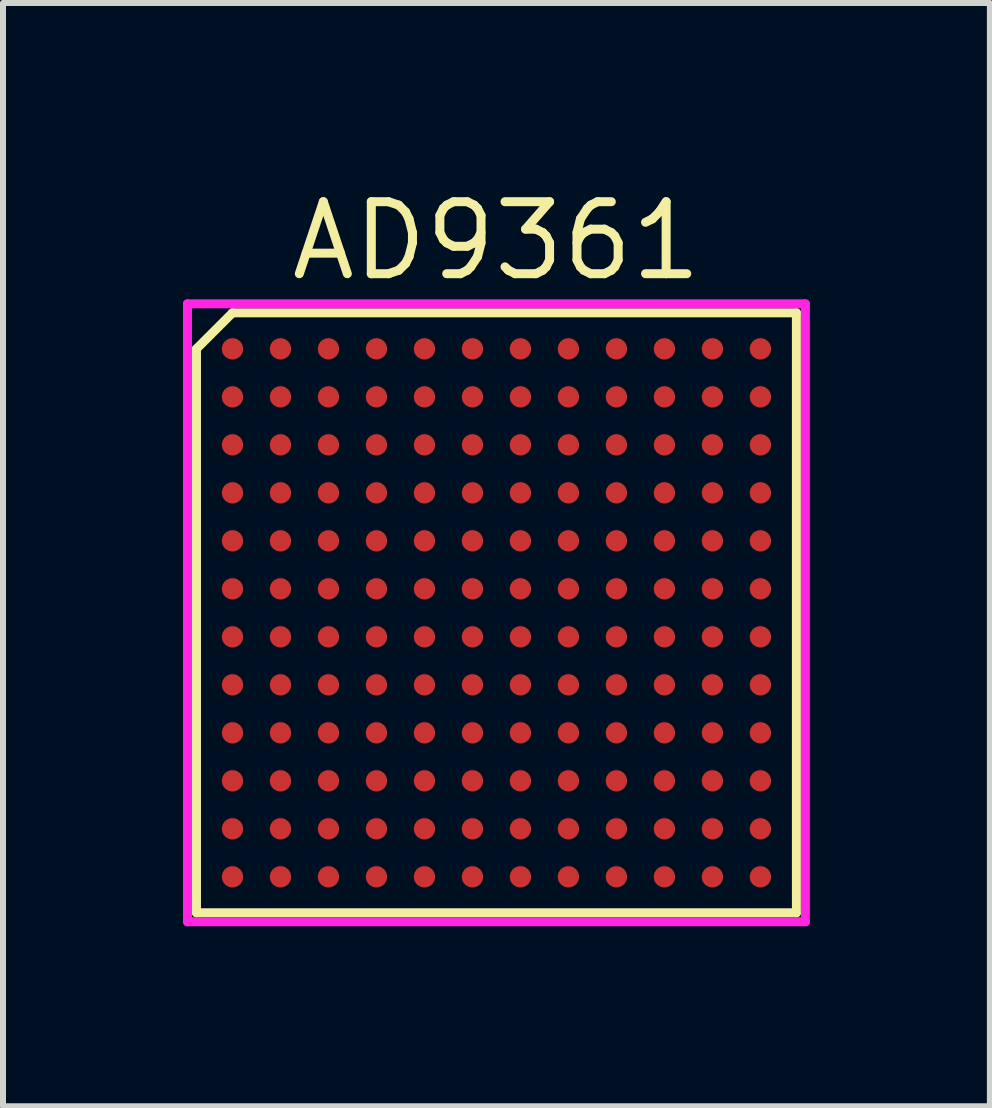
<source format=kicad_pcb>
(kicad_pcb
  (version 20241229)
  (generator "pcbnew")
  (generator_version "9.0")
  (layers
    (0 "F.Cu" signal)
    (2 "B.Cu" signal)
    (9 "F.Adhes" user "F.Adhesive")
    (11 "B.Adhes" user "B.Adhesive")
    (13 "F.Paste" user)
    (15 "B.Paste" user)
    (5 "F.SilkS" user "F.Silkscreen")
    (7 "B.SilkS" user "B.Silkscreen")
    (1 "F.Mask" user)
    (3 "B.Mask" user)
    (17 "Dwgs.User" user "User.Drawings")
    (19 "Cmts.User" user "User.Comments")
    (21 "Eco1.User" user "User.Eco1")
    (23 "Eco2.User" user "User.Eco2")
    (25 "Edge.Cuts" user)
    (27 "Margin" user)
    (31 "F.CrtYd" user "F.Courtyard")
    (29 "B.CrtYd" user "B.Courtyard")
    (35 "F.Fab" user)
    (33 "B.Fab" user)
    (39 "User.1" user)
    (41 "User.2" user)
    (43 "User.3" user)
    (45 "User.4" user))
  (footprint "AD9361"
    (layer "F.Cu")
    (at 5.225 7.165)
    (property "Reference" "AD9361" (at 0 -6.2 0) (layer "F.SilkS") (effects (font (size 1.2 1.2) (thickness 0.15))))
    (attr through_hole)
    (fp_line (start -5 -4.4) (end -5 5) (stroke (width 0.15) (type solid)) (layer "F.SilkS"))
    (fp_line (start -5 5) (end 5 5) (stroke (width 0.15) (type solid)) (layer "F.SilkS"))
    (fp_line (start -4.4 -5) (end -5 -4.4) (stroke (width 0.15) (type solid)) (layer "F.SilkS"))
    (fp_line (start 5 -5) (end -4.4 -5) (stroke (width 0.15) (type solid)) (layer "F.SilkS"))
    (fp_line (start 5 5) (end 5 -5) (stroke (width 0.15) (type solid)) (layer "F.SilkS"))
    (fp_line (start -5.15 -5.15) (end 5.15 -5.15) (stroke (width 0.15) (type solid)) (layer "F.CrtYd"))
    (fp_line (start -5.15 5.15) (end -5.15 -5.15) (stroke (width 0.15) (type solid)) (layer "F.CrtYd"))
    (fp_line (start 5.15 -5.15) (end 5.15 5.15) (stroke (width 0.15) (type solid)) (layer "F.CrtYd"))
    (fp_line (start 5.15 5.15) (end -5.15 5.15) (stroke (width 0.15) (type solid)) (layer "F.CrtYd"))
    (pad "A1" smd circle (at -4.4 -4.4) (size 0.356 0.356) (layers "F.Cu" "F.Mask" "F.Paste"))
    (pad "A2" smd circle (at -3.6 -4.4) (size 0.356 0.356) (layers "F.Cu" "F.Mask" "F.Paste"))
    (pad "A3" smd circle (at -2.8 -4.4) (size 0.356 0.356) (layers "F.Cu" "F.Mask" "F.Paste"))
    (pad "A4" smd circle (at -2 -4.4) (size 0.356 0.356) (layers "F.Cu" "F.Mask" "F.Paste"))
    (pad "A5" smd circle (at -1.2 -4.4) (size 0.356 0.356) (layers "F.Cu" "F.Mask" "F.Paste"))
    (pad "A6" smd circle (at -0.4 -4.4) (size 0.356 0.356) (layers "F.Cu" "F.Mask" "F.Paste"))
    (pad "A7" smd circle (at 0.4 -4.4) (size 0.356 0.356) (layers "F.Cu" "F.Mask" "F.Paste"))
    (pad "A8" smd circle (at 1.2 -4.4) (size 0.356 0.356) (layers "F.Cu" "F.Mask" "F.Paste"))
    (pad "A9" smd circle (at 2 -4.4) (size 0.356 0.356) (layers "F.Cu" "F.Mask" "F.Paste"))
    (pad "A10" smd circle (at 2.8 -4.4) (size 0.356 0.356) (layers "F.Cu" "F.Mask" "F.Paste"))
    (pad "A11" smd circle (at 3.6 -4.4) (size 0.356 0.356) (layers "F.Cu" "F.Mask" "F.Paste"))
    (pad "A12" smd circle (at 4.4 -4.4) (size 0.356 0.356) (layers "F.Cu" "F.Mask" "F.Paste"))
    (pad "B1" smd circle (at -4.4 -3.6) (size 0.356 0.356) (layers "F.Cu" "F.Mask" "F.Paste"))
    (pad "B2" smd circle (at -3.6 -3.6) (size 0.356 0.356) (layers "F.Cu" "F.Mask" "F.Paste"))
    (pad "B3" smd circle (at -2.8 -3.6) (size 0.356 0.356) (layers "F.Cu" "F.Mask" "F.Paste"))
    (pad "B4" smd circle (at -2 -3.6) (size 0.356 0.356) (layers "F.Cu" "F.Mask" "F.Paste"))
    (pad "B5" smd circle (at -1.2 -3.6) (size 0.356 0.356) (layers "F.Cu" "F.Mask" "F.Paste"))
    (pad "B6" smd circle (at -0.4 -3.6) (size 0.356 0.356) (layers "F.Cu" "F.Mask" "F.Paste"))
    (pad "B7" smd circle (at 0.4 -3.6) (size 0.356 0.356) (layers "F.Cu" "F.Mask" "F.Paste"))
    (pad "B8" smd circle (at 1.2 -3.6) (size 0.356 0.356) (layers "F.Cu" "F.Mask" "F.Paste"))
    (pad "B9" smd circle (at 2 -3.6) (size 0.356 0.356) (layers "F.Cu" "F.Mask" "F.Paste"))
    (pad "B10" smd circle (at 2.8 -3.6) (size 0.356 0.356) (layers "F.Cu" "F.Mask" "F.Paste"))
    (pad "B11" smd circle (at 3.6 -3.6) (size 0.356 0.356) (layers "F.Cu" "F.Mask" "F.Paste"))
    (pad "B12" smd circle (at 4.4 -3.6) (size 0.356 0.356) (layers "F.Cu" "F.Mask" "F.Paste"))
    (pad "C1" smd circle (at -4.4 -2.8) (size 0.356 0.356) (layers "F.Cu" "F.Mask" "F.Paste"))
    (pad "C2" smd circle (at -3.6 -2.8) (size 0.356 0.356) (layers "F.Cu" "F.Mask" "F.Paste"))
    (pad "C3" smd circle (at -2.8 -2.8) (size 0.356 0.356) (layers "F.Cu" "F.Mask" "F.Paste"))
    (pad "C4" smd circle (at -2 -2.8) (size 0.356 0.356) (layers "F.Cu" "F.Mask" "F.Paste"))
    (pad "C5" smd circle (at -1.2 -2.8) (size 0.356 0.356) (layers "F.Cu" "F.Mask" "F.Paste"))
    (pad "C6" smd circle (at -0.4 -2.8) (size 0.356 0.356) (layers "F.Cu" "F.Mask" "F.Paste"))
    (pad "C7" smd circle (at 0.4 -2.8) (size 0.356 0.356) (layers "F.Cu" "F.Mask" "F.Paste"))
    (pad "C8" smd circle (at 1.2 -2.8) (size 0.356 0.356) (layers "F.Cu" "F.Mask" "F.Paste"))
    (pad "C9" smd circle (at 2 -2.8) (size 0.356 0.356) (layers "F.Cu" "F.Mask" "F.Paste"))
    (pad "C10" smd circle (at 2.8 -2.8) (size 0.356 0.356) (layers "F.Cu" "F.Mask" "F.Paste"))
    (pad "C11" smd circle (at 3.6 -2.8) (size 0.356 0.356) (layers "F.Cu" "F.Mask" "F.Paste"))
    (pad "C12" smd circle (at 4.4 -2.8) (size 0.356 0.356) (layers "F.Cu" "F.Mask" "F.Paste"))
    (pad "D1" smd circle (at -4.4 -2) (size 0.356 0.356) (layers "F.Cu" "F.Mask" "F.Paste"))
    (pad "D2" smd circle (at -3.6 -2) (size 0.356 0.356) (layers "F.Cu" "F.Mask" "F.Paste"))
    (pad "D3" smd circle (at -2.8 -2) (size 0.356 0.356) (layers "F.Cu" "F.Mask" "F.Paste"))
    (pad "D4" smd circle (at -2 -2) (size 0.356 0.356) (layers "F.Cu" "F.Mask" "F.Paste"))
    (pad "D5" smd circle (at -1.2 -2) (size 0.356 0.356) (layers "F.Cu" "F.Mask" "F.Paste"))
    (pad "D6" smd circle (at -0.4 -2) (size 0.356 0.356) (layers "F.Cu" "F.Mask" "F.Paste"))
    (pad "D7" smd circle (at 0.4 -2) (size 0.356 0.356) (layers "F.Cu" "F.Mask" "F.Paste"))
    (pad "D8" smd circle (at 1.2 -2) (size 0.356 0.356) (layers "F.Cu" "F.Mask" "F.Paste"))
    (pad "D9" smd circle (at 2 -2) (size 0.356 0.356) (layers "F.Cu" "F.Mask" "F.Paste"))
    (pad "D10" smd circle (at 2.8 -2) (size 0.356 0.356) (layers "F.Cu" "F.Mask" "F.Paste"))
    (pad "D11" smd circle (at 3.6 -2) (size 0.356 0.356) (layers "F.Cu" "F.Mask" "F.Paste"))
    (pad "D12" smd circle (at 4.4 -2) (size 0.356 0.356) (layers "F.Cu" "F.Mask" "F.Paste"))
    (pad "E1" smd circle (at -4.4 -1.2) (size 0.356 0.356) (layers "F.Cu" "F.Mask" "F.Paste"))
    (pad "E2" smd circle (at -3.6 -1.2) (size 0.356 0.356) (layers "F.Cu" "F.Mask" "F.Paste"))
    (pad "E3" smd circle (at -2.8 -1.2) (size 0.356 0.356) (layers "F.Cu" "F.Mask" "F.Paste"))
    (pad "E4" smd circle (at -2 -1.2) (size 0.356 0.356) (layers "F.Cu" "F.Mask" "F.Paste"))
    (pad "E5" smd circle (at -1.2 -1.2) (size 0.356 0.356) (layers "F.Cu" "F.Mask" "F.Paste"))
    (pad "E6" smd circle (at -0.4 -1.2) (size 0.356 0.356) (layers "F.Cu" "F.Mask" "F.Paste"))
    (pad "E7" smd circle (at 0.4 -1.2) (size 0.356 0.356) (layers "F.Cu" "F.Mask" "F.Paste"))
    (pad "E8" smd circle (at 1.2 -1.2) (size 0.356 0.356) (layers "F.Cu" "F.Mask" "F.Paste"))
    (pad "E9" smd circle (at 2 -1.2) (size 0.356 0.356) (layers "F.Cu" "F.Mask" "F.Paste"))
    (pad "E10" smd circle (at 2.8 -1.2) (size 0.356 0.356) (layers "F.Cu" "F.Mask" "F.Paste"))
    (pad "E11" smd circle (at 3.6 -1.2) (size 0.356 0.356) (layers "F.Cu" "F.Mask" "F.Paste"))
    (pad "E12" smd circle (at 4.4 -1.2) (size 0.356 0.356) (layers "F.Cu" "F.Mask" "F.Paste"))
    (pad "F1" smd circle (at -4.4 -0.4) (size 0.356 0.356) (layers "F.Cu" "F.Mask" "F.Paste"))
    (pad "F2" smd circle (at -3.6 -0.4) (size 0.356 0.356) (layers "F.Cu" "F.Mask" "F.Paste"))
    (pad "F3" smd circle (at -2.8 -0.4) (size 0.356 0.356) (layers "F.Cu" "F.Mask" "F.Paste"))
    (pad "F4" smd circle (at -2 -0.4) (size 0.356 0.356) (layers "F.Cu" "F.Mask" "F.Paste"))
    (pad "F5" smd circle (at -1.2 -0.4) (size 0.356 0.356) (layers "F.Cu" "F.Mask" "F.Paste"))
    (pad "F6" smd circle (at -0.4 -0.4) (size 0.356 0.356) (layers "F.Cu" "F.Mask" "F.Paste"))
    (pad "F7" smd circle (at 0.4 -0.4) (size 0.356 0.356) (layers "F.Cu" "F.Mask" "F.Paste"))
    (pad "F8" smd circle (at 1.2 -0.4) (size 0.356 0.356) (layers "F.Cu" "F.Mask" "F.Paste"))
    (pad "F9" smd circle (at 2 -0.4) (size 0.356 0.356) (layers "F.Cu" "F.Mask" "F.Paste"))
    (pad "F10" smd circle (at 2.8 -0.4) (size 0.356 0.356) (layers "F.Cu" "F.Mask" "F.Paste"))
    (pad "F11" smd circle (at 3.6 -0.4) (size 0.356 0.356) (layers "F.Cu" "F.Mask" "F.Paste"))
    (pad "F12" smd circle (at 4.4 -0.4) (size 0.356 0.356) (layers "F.Cu" "F.Mask" "F.Paste"))
    (pad "G1" smd circle (at -4.4 0.4) (size 0.356 0.356) (layers "F.Cu" "F.Mask" "F.Paste"))
    (pad "G2" smd circle (at -3.6 0.4) (size 0.356 0.356) (layers "F.Cu" "F.Mask" "F.Paste"))
    (pad "G3" smd circle (at -2.8 0.4) (size 0.356 0.356) (layers "F.Cu" "F.Mask" "F.Paste"))
    (pad "G4" smd circle (at -2 0.4) (size 0.356 0.356) (layers "F.Cu" "F.Mask" "F.Paste"))
    (pad "G5" smd circle (at -1.2 0.4) (size 0.356 0.356) (layers "F.Cu" "F.Mask" "F.Paste"))
    (pad "G6" smd circle (at -0.4 0.4) (size 0.356 0.356) (layers "F.Cu" "F.Mask" "F.Paste"))
    (pad "G7" smd circle (at 0.4 0.4) (size 0.356 0.356) (layers "F.Cu" "F.Mask" "F.Paste"))
    (pad "G8" smd circle (at 1.2 0.4) (size 0.356 0.356) (layers "F.Cu" "F.Mask" "F.Paste"))
    (pad "G9" smd circle (at 2 0.4) (size 0.356 0.356) (layers "F.Cu" "F.Mask" "F.Paste"))
    (pad "G10" smd circle (at 2.8 0.4) (size 0.356 0.356) (layers "F.Cu" "F.Mask" "F.Paste"))
    (pad "G11" smd circle (at 3.6 0.4) (size 0.356 0.356) (layers "F.Cu" "F.Mask" "F.Paste"))
    (pad "G12" smd circle (at 4.4 0.4) (size 0.356 0.356) (layers "F.Cu" "F.Mask" "F.Paste"))
    (pad "H1" smd circle (at -4.4 1.2) (size 0.356 0.356) (layers "F.Cu" "F.Mask" "F.Paste"))
    (pad "H2" smd circle (at -3.6 1.2) (size 0.356 0.356) (layers "F.Cu" "F.Mask" "F.Paste"))
    (pad "H3" smd circle (at -2.8 1.2) (size 0.356 0.356) (layers "F.Cu" "F.Mask" "F.Paste"))
    (pad "H4" smd circle (at -2 1.2) (size 0.356 0.356) (layers "F.Cu" "F.Mask" "F.Paste"))
    (pad "H5" smd circle (at -1.2 1.2) (size 0.356 0.356) (layers "F.Cu" "F.Mask" "F.Paste"))
    (pad "H6" smd circle (at -0.4 1.2) (size 0.356 0.356) (layers "F.Cu" "F.Mask" "F.Paste"))
    (pad "H7" smd circle (at 0.4 1.2) (size 0.356 0.356) (layers "F.Cu" "F.Mask" "F.Paste"))
    (pad "H8" smd circle (at 1.2 1.2) (size 0.356 0.356) (layers "F.Cu" "F.Mask" "F.Paste"))
    (pad "H9" smd circle (at 2 1.2) (size 0.356 0.356) (layers "F.Cu" "F.Mask" "F.Paste"))
    (pad "H10" smd circle (at 2.8 1.2) (size 0.356 0.356) (layers "F.Cu" "F.Mask" "F.Paste"))
    (pad "H11" smd circle (at 3.6 1.2) (size 0.356 0.356) (layers "F.Cu" "F.Mask" "F.Paste"))
    (pad "H12" smd circle (at 4.4 1.2) (size 0.356 0.356) (layers "F.Cu" "F.Mask" "F.Paste"))
    (pad "J1" smd circle (at -4.4 2) (size 0.356 0.356) (layers "F.Cu" "F.Mask" "F.Paste"))
    (pad "J2" smd circle (at -3.6 2) (size 0.356 0.356) (layers "F.Cu" "F.Mask" "F.Paste"))
    (pad "J3" smd circle (at -2.8 2) (size 0.356 0.356) (layers "F.Cu" "F.Mask" "F.Paste"))
    (pad "J4" smd circle (at -2 2) (size 0.356 0.356) (layers "F.Cu" "F.Mask" "F.Paste"))
    (pad "J5" smd circle (at -1.2 2) (size 0.356 0.356) (layers "F.Cu" "F.Mask" "F.Paste"))
    (pad "J6" smd circle (at -0.4 2) (size 0.356 0.356) (layers "F.Cu" "F.Mask" "F.Paste"))
    (pad "J7" smd circle (at 0.4 2) (size 0.356 0.356) (layers "F.Cu" "F.Mask" "F.Paste"))
    (pad "J8" smd circle (at 1.2 2) (size 0.356 0.356) (layers "F.Cu" "F.Mask" "F.Paste"))
    (pad "J9" smd circle (at 2 2) (size 0.356 0.356) (layers "F.Cu" "F.Mask" "F.Paste"))
    (pad "J10" smd circle (at 2.8 2) (size 0.356 0.356) (layers "F.Cu" "F.Mask" "F.Paste"))
    (pad "J11" smd circle (at 3.6 2) (size 0.356 0.356) (layers "F.Cu" "F.Mask" "F.Paste"))
    (pad "J12" smd circle (at 4.4 2) (size 0.356 0.356) (layers "F.Cu" "F.Mask" "F.Paste"))
    (pad "K1" smd circle (at -4.4 2.8) (size 0.356 0.356) (layers "F.Cu" "F.Mask" "F.Paste"))
    (pad "K2" smd circle (at -3.6 2.8) (size 0.356 0.356) (layers "F.Cu" "F.Mask" "F.Paste"))
    (pad "K3" smd circle (at -2.8 2.8) (size 0.356 0.356) (layers "F.Cu" "F.Mask" "F.Paste"))
    (pad "K4" smd circle (at -2 2.8) (size 0.356 0.356) (layers "F.Cu" "F.Mask" "F.Paste"))
    (pad "K5" smd circle (at -1.2 2.8) (size 0.356 0.356) (layers "F.Cu" "F.Mask" "F.Paste"))
    (pad "K6" smd circle (at -0.4 2.8) (size 0.356 0.356) (layers "F.Cu" "F.Mask" "F.Paste"))
    (pad "K7" smd circle (at 0.4 2.8) (size 0.356 0.356) (layers "F.Cu" "F.Mask" "F.Paste"))
    (pad "K8" smd circle (at 1.2 2.8) (size 0.356 0.356) (layers "F.Cu" "F.Mask" "F.Paste"))
    (pad "K9" smd circle (at 2 2.8) (size 0.356 0.356) (layers "F.Cu" "F.Mask" "F.Paste"))
    (pad "K10" smd circle (at 2.8 2.8) (size 0.356 0.356) (layers "F.Cu" "F.Mask" "F.Paste"))
    (pad "K11" smd circle (at 3.6 2.8) (size 0.356 0.356) (layers "F.Cu" "F.Mask" "F.Paste"))
    (pad "K12" smd circle (at 4.4 2.8) (size 0.356 0.356) (layers "F.Cu" "F.Mask" "F.Paste"))
    (pad "L1" smd circle (at -4.4 3.6) (size 0.356 0.356) (layers "F.Cu" "F.Mask" "F.Paste"))
    (pad "L2" smd circle (at -3.6 3.6) (size 0.356 0.356) (layers "F.Cu" "F.Mask" "F.Paste"))
    (pad "L3" smd circle (at -2.8 3.6) (size 0.356 0.356) (layers "F.Cu" "F.Mask" "F.Paste"))
    (pad "L4" smd circle (at -2 3.6) (size 0.356 0.356) (layers "F.Cu" "F.Mask" "F.Paste"))
    (pad "L5" smd circle (at -1.2 3.6) (size 0.356 0.356) (layers "F.Cu" "F.Mask" "F.Paste"))
    (pad "L6" smd circle (at -0.4 3.6) (size 0.356 0.356) (layers "F.Cu" "F.Mask" "F.Paste"))
    (pad "L7" smd circle (at 0.4 3.6) (size 0.356 0.356) (layers "F.Cu" "F.Mask" "F.Paste"))
    (pad "L8" smd circle (at 1.2 3.6) (size 0.356 0.356) (layers "F.Cu" "F.Mask" "F.Paste"))
    (pad "L9" smd circle (at 2 3.6) (size 0.356 0.356) (layers "F.Cu" "F.Mask" "F.Paste"))
    (pad "L10" smd circle (at 2.8 3.6) (size 0.356 0.356) (layers "F.Cu" "F.Mask" "F.Paste"))
    (pad "L11" smd circle (at 3.6 3.6) (size 0.356 0.356) (layers "F.Cu" "F.Mask" "F.Paste"))
    (pad "L12" smd circle (at 4.4 3.6) (size 0.356 0.356) (layers "F.Cu" "F.Mask" "F.Paste"))
    (pad "M1" smd circle (at -4.4 4.4) (size 0.356 0.356) (layers "F.Cu" "F.Mask" "F.Paste"))
    (pad "M2" smd circle (at -3.6 4.4) (size 0.356 0.356) (layers "F.Cu" "F.Mask" "F.Paste"))
    (pad "M3" smd circle (at -2.8 4.4) (size 0.356 0.356) (layers "F.Cu" "F.Mask" "F.Paste"))
    (pad "M4" smd circle (at -2 4.4) (size 0.356 0.356) (layers "F.Cu" "F.Mask" "F.Paste"))
    (pad "M5" smd circle (at -1.2 4.4) (size 0.356 0.356) (layers "F.Cu" "F.Mask" "F.Paste"))
    (pad "M6" smd circle (at -0.4 4.4) (size 0.356 0.356) (layers "F.Cu" "F.Mask" "F.Paste"))
    (pad "M7" smd circle (at 0.4 4.4) (size 0.356 0.356) (layers "F.Cu" "F.Mask" "F.Paste"))
    (pad "M8" smd circle (at 1.2 4.4) (size 0.356 0.356) (layers "F.Cu" "F.Mask" "F.Paste"))
    (pad "M9" smd circle (at 2 4.4) (size 0.356 0.356) (layers "F.Cu" "F.Mask" "F.Paste"))
    (pad "M10" smd circle (at 2.8 4.4) (size 0.356 0.356) (layers "F.Cu" "F.Mask" "F.Paste"))
    (pad "M11" smd circle (at 3.6 4.4) (size 0.356 0.356) (layers "F.Cu" "F.Mask" "F.Paste"))
    (pad "M12" smd circle (at 4.4 4.4) (size 0.356 0.356) (layers "F.Cu" "F.Mask" "F.Paste")))
  (gr_rect
    (start -3 -3)
    (end 13.45 15.39)
    (stroke (width 0.1) (type default))
    (fill no)
    (layer "Edge.Cuts")))
</source>
